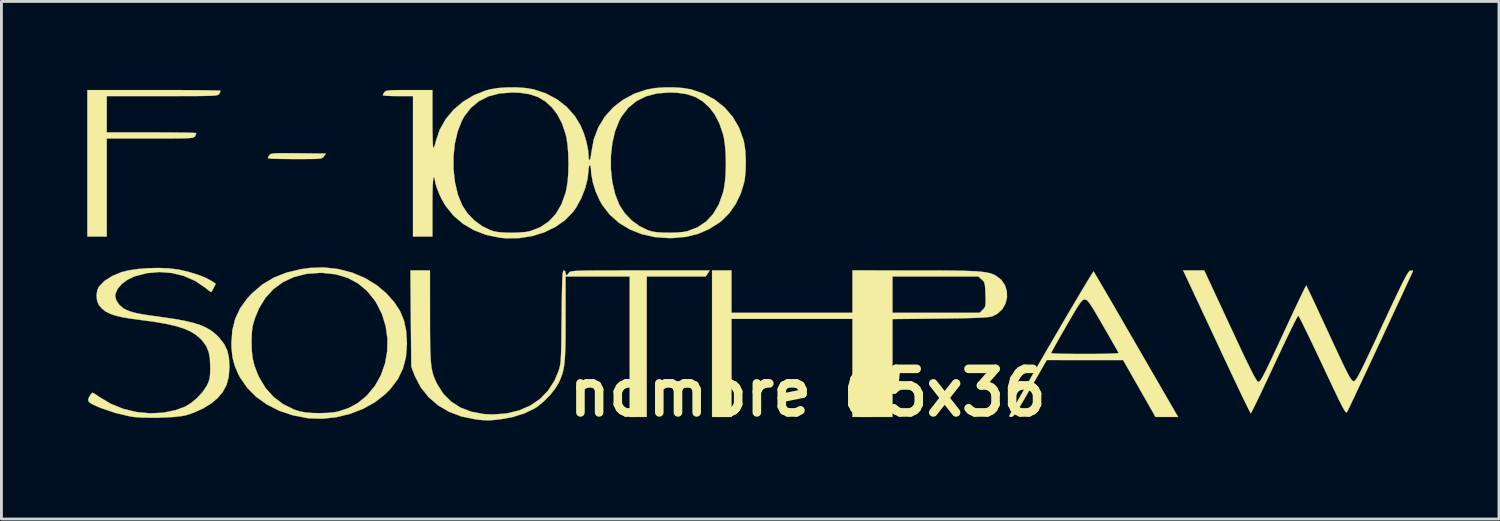
<source format=kicad_pcb>
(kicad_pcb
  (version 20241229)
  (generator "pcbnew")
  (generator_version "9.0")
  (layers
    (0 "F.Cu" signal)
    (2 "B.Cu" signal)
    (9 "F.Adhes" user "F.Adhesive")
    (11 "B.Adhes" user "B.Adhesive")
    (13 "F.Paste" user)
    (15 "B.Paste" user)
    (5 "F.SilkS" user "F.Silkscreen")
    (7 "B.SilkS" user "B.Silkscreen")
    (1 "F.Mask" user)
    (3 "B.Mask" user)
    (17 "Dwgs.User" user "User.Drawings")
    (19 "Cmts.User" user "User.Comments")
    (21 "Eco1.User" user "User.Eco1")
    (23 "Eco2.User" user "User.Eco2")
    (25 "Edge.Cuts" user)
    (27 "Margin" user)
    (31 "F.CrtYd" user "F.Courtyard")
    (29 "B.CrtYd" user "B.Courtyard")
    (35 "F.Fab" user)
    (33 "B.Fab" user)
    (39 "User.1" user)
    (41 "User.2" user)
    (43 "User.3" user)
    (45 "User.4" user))
  (footprint "nombre 65x36"
    (layer "F.Cu")
    (at 25.193 10.682)
    (property "Reference" "nombre 65x36" (at 0 0 0) (layer "F.SilkS") (effects (font (size 1.524 1.524) (thickness 0.3))))
    (attr through_hole)
    (fp_poly (pts (xy -17.961 -8.374) (xy -17.806 -8.372) (xy -16.847 -8.361) (xy -16.914 -8.266) (xy -16.938 -8.235) (xy -16.968 -8.212) (xy -17.015 -8.195) (xy -17.091 -8.183) (xy -17.206 -8.176) (xy -17.372 -8.172) (xy -17.6 -8.171) (xy -17.9 -8.17) (xy -17.931 -8.17) (xy -18.204 -8.172) (xy -18.446 -8.175) (xy -18.646 -8.181) (xy -18.791 -8.189) (xy -18.869 -8.197) (xy -18.879 -8.202) (xy -18.855 -8.258) (xy -18.821 -8.309) (xy -18.797 -8.333) (xy -18.757 -8.351) (xy -18.692 -8.364) (xy -18.591 -8.372) (xy -18.443 -8.376) (xy -18.236 -8.376) (xy -17.961 -8.374)) (stroke (width 0.01) (type solid)) (fill yes) (layer "F.SilkS"))
    (fp_poly (pts (xy -22.425 -10.583) (xy -22.016 -10.582) (xy -21.642 -10.58) (xy -21.309 -10.577) (xy -21.025 -10.574) (xy -20.799 -10.57) (xy -20.637 -10.566) (xy -20.547 -10.562) (xy -20.532 -10.559) (xy -20.549 -10.507) (xy -20.575 -10.454) (xy -20.588 -10.434) (xy -20.61 -10.418) (xy -20.647 -10.405) (xy -20.708 -10.395) (xy -20.799 -10.387) (xy -20.929 -10.381) (xy -21.103 -10.377) (xy -21.33 -10.374) (xy -21.618 -10.373) (xy -21.973 -10.372) (xy -22.402 -10.372) (xy -22.565 -10.372) (xy -24.511 -10.372) (xy -24.511 -9.102) (xy -22.945 -9.102) (xy -22.59 -9.101) (xy -22.263 -9.099) (xy -21.974 -9.096) (xy -21.732 -9.093) (xy -21.546 -9.088) (xy -21.425 -9.083) (xy -21.379 -9.078) (xy -21.378 -9.078) (xy -21.396 -9.025) (xy -21.422 -8.972) (xy -21.437 -8.95) (xy -21.461 -8.933) (xy -21.503 -8.919) (xy -21.572 -8.909) (xy -21.675 -8.901) (xy -21.822 -8.896) (xy -22.02 -8.893) (xy -22.278 -8.891) (xy -22.604 -8.89) (xy -22.988 -8.89) (xy -24.511 -8.89) (xy -24.511 -5.461) (xy -25.188 -5.461) (xy -25.188 -10.583) (xy -22.86 -10.583) (xy -22.425 -10.583)) (stroke (width 0.01) (type solid)) (fill yes) (layer "F.SilkS"))
    (fp_poly (pts (xy -2.667 -2.794) (xy 1.566 -2.794) (xy 1.566 -4.064) (xy 2.963 -4.064) (xy 2.963 -2.794) (xy 6.015 -2.794) (xy 6.123 -2.902) (xy 6.172 -2.955) (xy 6.202 -3.01) (xy 6.218 -3.087) (xy 6.222 -3.204) (xy 6.218 -3.381) (xy 6.216 -3.435) (xy 6.208 -3.63) (xy 6.197 -3.759) (xy 6.178 -3.843) (xy 6.146 -3.901) (xy 6.095 -3.951) (xy 6.083 -3.962) (xy 5.964 -4.064) (xy 2.963 -4.064) (xy 1.566 -4.064) (xy 1.566 -4.276) (xy 3.715 -4.275) (xy 4.251 -4.275) (xy 4.71 -4.273) (xy 5.099 -4.269) (xy 5.424 -4.263) (xy 5.694 -4.254) (xy 5.914 -4.243) (xy 6.092 -4.227) (xy 6.236 -4.208) (xy 6.351 -4.184) (xy 6.447 -4.155) (xy 6.529 -4.12) (xy 6.581 -4.093) (xy 6.771 -3.946) (xy 6.898 -3.758) (xy 6.964 -3.547) (xy 6.969 -3.326) (xy 6.915 -3.112) (xy 6.803 -2.918) (xy 6.635 -2.762) (xy 6.452 -2.67) (xy 6.385 -2.654) (xy 6.277 -2.64) (xy 6.123 -2.628) (xy 5.915 -2.618) (xy 5.647 -2.61) (xy 5.311 -2.603) (xy 4.902 -2.597) (xy 4.625 -2.593) (xy 2.963 -2.575) (xy 2.963 0.847) (xy 1.566 0.847) (xy 1.566 -2.582) (xy -2.667 -2.582) (xy -2.667 0.847) (xy -3.344 0.847) (xy -3.344 -4.276) (xy -2.667 -4.276) (xy -2.667 -2.794)) (stroke (width 0.01) (type solid)) (fill yes) (layer "F.SilkS"))
    (fp_poly (pts (xy -16.419 -4.325) (xy -15.933 -4.2) (xy -15.477 -4.008) (xy -15.062 -3.754) (xy -14.73 -3.472) (xy -14.457 -3.165) (xy -14.255 -2.856) (xy -14.118 -2.526) (xy -14.04 -2.16) (xy -14.014 -1.739) (xy -14.013 -1.695) (xy -14.048 -1.248) (xy -14.153 -0.844) (xy -14.332 -0.477) (xy -14.588 -0.136) (xy -14.779 0.058) (xy -15.136 0.335) (xy -15.549 0.564) (xy -16.003 0.739) (xy -16.48 0.856) (xy -16.965 0.909) (xy -17.441 0.894) (xy -17.484 0.889) (xy -18 0.791) (xy -18.477 0.631) (xy -18.907 0.414) (xy -19.284 0.145) (xy -19.601 -0.174) (xy -19.851 -0.536) (xy -19.914 -0.655) (xy -20.038 -0.95) (xy -20.113 -1.239) (xy -20.147 -1.556) (xy -20.151 -1.736) (xy -20.146 -1.799) (xy -19.447 -1.799) (xy -19.439 -1.474) (xy -19.409 -1.201) (xy -19.347 -0.95) (xy -19.25 -0.69) (xy -19.176 -0.528) (xy -18.956 -0.162) (xy -18.674 0.151) (xy -18.336 0.405) (xy -17.951 0.592) (xy -17.754 0.655) (xy -17.568 0.689) (xy -17.326 0.709) (xy -17.058 0.715) (xy -16.792 0.706) (xy -16.555 0.684) (xy -16.41 0.656) (xy -16.052 0.536) (xy -15.745 0.37) (xy -15.462 0.143) (xy -15.4 0.083) (xy -15.127 -0.247) (xy -14.92 -0.62) (xy -14.778 -1.026) (xy -14.703 -1.452) (xy -14.695 -1.889) (xy -14.756 -2.325) (xy -14.886 -2.747) (xy -15.087 -3.145) (xy -15.144 -3.234) (xy -15.416 -3.567) (xy -15.733 -3.829) (xy -16.096 -4.02) (xy -16.505 -4.14) (xy -16.961 -4.19) (xy -17.06 -4.191) (xy -17.533 -4.155) (xy -17.963 -4.047) (xy -18.346 -3.869) (xy -18.681 -3.625) (xy -18.963 -3.316) (xy -19.19 -2.943) (xy -19.33 -2.603) (xy -19.385 -2.423) (xy -19.42 -2.26) (xy -19.438 -2.084) (xy -19.446 -1.862) (xy -19.447 -1.799) (xy -20.146 -1.799) (xy -20.119 -2.18) (xy -20.02 -2.58) (xy -19.849 -2.946) (xy -19.601 -3.291) (xy -19.43 -3.476) (xy -19.077 -3.778) (xy -18.68 -4.018) (xy -18.232 -4.197) (xy -17.727 -4.319) (xy -17.429 -4.362) (xy -16.921 -4.381) (xy -16.419 -4.325)) (stroke (width 0.01) (type solid)) (fill yes) (layer "F.SilkS"))
    (fp_poly (pts (xy 10.022 -4.2) (xy 10.086 -4.092) (xy 10.185 -3.924) (xy 10.316 -3.701) (xy 10.474 -3.43) (xy 10.656 -3.118) (xy 10.858 -2.769) (xy 11.076 -2.392) (xy 11.308 -1.992) (xy 11.346 -1.926) (xy 11.583 -1.516) (xy 11.812 -1.121) (xy 12.027 -0.749) (xy 12.224 -0.408) (xy 12.4 -0.103) (xy 12.551 0.157) (xy 12.672 0.366) (xy 12.759 0.516) (xy 12.808 0.6) (xy 12.81 0.603) (xy 12.951 0.847) (xy 12.163 0.847) (xy 11.596 -0.148) (xy 11.028 -1.142) (xy 9.693 -1.142) (xy 8.359 -1.143) (xy 7.788 -0.149) (xy 7.614 0.153) (xy 7.475 0.389) (xy 7.367 0.566) (xy 7.284 0.692) (xy 7.221 0.775) (xy 7.174 0.823) (xy 7.136 0.843) (xy 7.12 0.845) (xy 7.07 0.843) (xy 7.052 0.824) (xy 7.069 0.771) (xy 7.123 0.668) (xy 7.162 0.599) (xy 7.351 0.268) (xy 7.555 -0.091) (xy 7.773 -0.47) (xy 7.999 -0.863) (xy 8.231 -1.263) (xy 8.3 -1.383) (xy 8.509 -1.383) (xy 8.55 -1.375) (xy 8.664 -1.369) (xy 8.842 -1.363) (xy 9.072 -1.359) (xy 9.345 -1.356) (xy 9.648 -1.355) (xy 9.698 -1.355) (xy 10.004 -1.356) (xy 10.281 -1.359) (xy 10.516 -1.365) (xy 10.7 -1.372) (xy 10.822 -1.38) (xy 10.872 -1.389) (xy 10.873 -1.39) (xy 10.848 -1.435) (xy 10.788 -1.543) (xy 10.696 -1.704) (xy 10.58 -1.907) (xy 10.445 -2.142) (xy 10.329 -2.343) (xy 10.164 -2.627) (xy 10.035 -2.847) (xy 9.935 -3.009) (xy 9.86 -3.123) (xy 9.802 -3.196) (xy 9.757 -3.238) (xy 9.718 -3.256) (xy 9.688 -3.259) (xy 9.65 -3.254) (xy 9.61 -3.232) (xy 9.563 -3.185) (xy 9.502 -3.104) (xy 9.423 -2.981) (xy 9.318 -2.809) (xy 9.182 -2.578) (xy 9.042 -2.335) (xy 8.897 -2.082) (xy 8.766 -1.853) (xy 8.657 -1.658) (xy 8.574 -1.508) (xy 8.523 -1.413) (xy 8.509 -1.383) (xy 8.3 -1.383) (xy 8.463 -1.663) (xy 8.693 -2.058) (xy 8.916 -2.44) (xy 9.129 -2.802) (xy 9.327 -3.139) (xy 9.507 -3.443) (xy 9.665 -3.708) (xy 9.797 -3.926) (xy 9.898 -4.093) (xy 9.966 -4.2) (xy 9.996 -4.241) (xy 9.997 -4.241) (xy 10.022 -4.2)) (stroke (width 0.01) (type solid)) (fill yes) (layer "F.SilkS"))
    (fp_poly (pts (xy -13.207 -2.678) (xy -13.207 -2.224) (xy -13.204 -1.845) (xy -13.198 -1.531) (xy -13.189 -1.274) (xy -13.175 -1.064) (xy -13.154 -0.89) (xy -13.127 -0.744) (xy -13.092 -0.616) (xy -13.047 -0.496) (xy -12.993 -0.376) (xy -12.95 -0.289) (xy -12.739 0.04) (xy -12.469 0.31) (xy -12.144 0.519) (xy -11.766 0.664) (xy -11.341 0.745) (xy -11.008 0.761) (xy -10.53 0.726) (xy -10.093 0.621) (xy -9.703 0.452) (xy -9.363 0.22) (xy -9.079 -0.072) (xy -8.853 -0.421) (xy -8.713 -0.756) (xy -8.689 -0.832) (xy -8.669 -0.907) (xy -8.653 -0.992) (xy -8.64 -1.094) (xy -8.631 -1.225) (xy -8.623 -1.392) (xy -8.617 -1.606) (xy -8.612 -1.876) (xy -8.608 -2.21) (xy -8.604 -2.62) (xy -8.603 -2.656) (xy -8.599 -3.077) (xy -8.594 -3.42) (xy -8.589 -3.693) (xy -8.582 -3.903) (xy -8.575 -4.059) (xy -8.566 -4.166) (xy -8.555 -4.233) (xy -8.541 -4.267) (xy -8.527 -4.276) (xy -8.478 -4.24) (xy -8.467 -4.191) (xy -8.453 -4.122) (xy -8.435 -4.106) (xy -8.39 -4.138) (xy -8.349 -4.191) (xy -8.336 -4.209) (xy -8.317 -4.224) (xy -8.284 -4.237) (xy -8.232 -4.247) (xy -8.154 -4.256) (xy -8.043 -4.262) (xy -7.893 -4.267) (xy -7.697 -4.271) (xy -7.448 -4.273) (xy -7.14 -4.275) (xy -6.767 -4.275) (xy -6.321 -4.276) (xy -5.862 -4.276) (xy -3.427 -4.276) (xy -3.496 -4.17) (xy -3.566 -4.064) (xy -5.63 -4.064) (xy -5.63 0.847) (xy -6.223 0.847) (xy -6.223 -4.064) (xy -8.467 -4.064) (xy -8.467 -2.593) (xy -8.468 -2.154) (xy -8.471 -1.791) (xy -8.478 -1.491) (xy -8.489 -1.246) (xy -8.505 -1.045) (xy -8.528 -0.878) (xy -8.559 -0.735) (xy -8.598 -0.606) (xy -8.646 -0.481) (xy -8.704 -0.353) (xy -8.832 -0.141) (xy -9.012 0.084) (xy -9.223 0.299) (xy -9.441 0.478) (xy -9.538 0.543) (xy -9.904 0.721) (xy -10.325 0.853) (xy -10.734 0.927) (xy -10.957 0.952) (xy -11.13 0.965) (xy -11.284 0.964) (xy -11.454 0.95) (xy -11.634 0.928) (xy -12.112 0.829) (xy -12.546 0.664) (xy -12.931 0.437) (xy -13.26 0.151) (xy -13.53 -0.189) (xy -13.735 -0.581) (xy -13.754 -0.629) (xy -13.862 -0.91) (xy -13.877 -2.593) (xy -13.891 -4.276) (xy -13.208 -4.276) (xy -13.207 -2.678)) (stroke (width 0.01) (type solid)) (fill yes) (layer "F.SilkS"))
    (fp_poly (pts (xy -22.344 -4.348) (xy -22.034 -4.312) (xy -21.966 -4.299) (xy -21.632 -4.22) (xy -21.324 -4.126) (xy -21.062 -4.023) (xy -20.865 -3.918) (xy -20.865 -3.918) (xy -20.7 -3.808) (xy -20.769 -3.671) (xy -20.819 -3.577) (xy -20.85 -3.523) (xy -20.852 -3.52) (xy -20.889 -3.536) (xy -20.971 -3.595) (xy -21.069 -3.674) (xy -21.418 -3.911) (xy -21.809 -4.082) (xy -22.23 -4.186) (xy -22.666 -4.22) (xy -23.104 -4.182) (xy -23.53 -4.071) (xy -23.561 -4.059) (xy -23.795 -3.945) (xy -23.989 -3.799) (xy -24.13 -3.632) (xy -24.205 -3.46) (xy -24.215 -3.378) (xy -24.178 -3.232) (xy -24.081 -3.084) (xy -23.945 -2.961) (xy -23.888 -2.927) (xy -23.781 -2.877) (xy -23.668 -2.835) (xy -23.535 -2.797) (xy -23.37 -2.762) (xy -23.159 -2.725) (xy -22.888 -2.685) (xy -22.606 -2.646) (xy -22.162 -2.582) (xy -21.793 -2.515) (xy -21.487 -2.444) (xy -21.233 -2.363) (xy -21.022 -2.27) (xy -20.842 -2.16) (xy -20.683 -2.029) (xy -20.574 -1.918) (xy -20.406 -1.702) (xy -20.296 -1.475) (xy -20.237 -1.215) (xy -20.22 -0.9) (xy -20.22 -0.889) (xy -20.246 -0.554) (xy -20.321 -0.272) (xy -20.455 -0.025) (xy -20.631 0.185) (xy -20.858 0.376) (xy -21.146 0.552) (xy -21.47 0.699) (xy -21.738 0.788) (xy -21.91 0.821) (xy -22.145 0.846) (xy -22.423 0.864) (xy -22.722 0.874) (xy -23.023 0.875) (xy -23.304 0.867) (xy -23.544 0.85) (xy -23.688 0.829) (xy -24.208 0.707) (xy -24.699 0.54) (xy -24.794 0.502) (xy -24.981 0.42) (xy -25.097 0.355) (xy -25.153 0.295) (xy -25.158 0.229) (xy -25.123 0.145) (xy -25.115 0.132) (xy -25.058 0.045) (xy -25.013 0.001) (xy -25.009 0.000267) (xy -24.96 0.023) (xy -24.865 0.082) (xy -24.772 0.147) (xy -24.373 0.386) (xy -23.936 0.563) (xy -23.476 0.675) (xy -23.007 0.721) (xy -22.544 0.7) (xy -22.099 0.609) (xy -21.769 0.487) (xy -21.56 0.36) (xy -21.347 0.18) (xy -21.155 -0.03) (xy -21.012 -0.243) (xy -20.995 -0.275) (xy -20.945 -0.389) (xy -20.914 -0.5) (xy -20.898 -0.634) (xy -20.892 -0.816) (xy -20.892 -0.91) (xy -20.904 -1.201) (xy -20.947 -1.432) (xy -21.028 -1.625) (xy -21.154 -1.802) (xy -21.241 -1.895) (xy -21.401 -2.031) (xy -21.594 -2.148) (xy -21.829 -2.249) (xy -22.114 -2.336) (xy -22.459 -2.413) (xy -22.872 -2.483) (xy -23.283 -2.538) (xy -23.665 -2.589) (xy -23.972 -2.641) (xy -24.217 -2.7) (xy -24.409 -2.767) (xy -24.561 -2.847) (xy -24.681 -2.944) (xy -24.78 -3.058) (xy -24.847 -3.21) (xy -24.868 -3.397) (xy -24.843 -3.581) (xy -24.78 -3.715) (xy -24.587 -3.91) (xy -24.324 -4.079) (xy -24 -4.214) (xy -23.991 -4.217) (xy -23.73 -4.281) (xy -23.41 -4.327) (xy -23.056 -4.355) (xy -22.692 -4.362) (xy -22.344 -4.348)) (stroke (width 0.01) (type solid)) (fill yes) (layer "F.SilkS"))
    (fp_poly (pts (xy 14.772 -2.328) (xy 14.982 -1.877) (xy 15.16 -1.497) (xy 15.309 -1.184) (xy 15.432 -0.931) (xy 15.531 -0.733) (xy 15.608 -0.585) (xy 15.668 -0.482) (xy 15.712 -0.417) (xy 15.743 -0.386) (xy 15.758 -0.381) (xy 15.779 -0.385) (xy 15.802 -0.4) (xy 15.831 -0.432) (xy 15.868 -0.487) (xy 15.915 -0.57) (xy 15.977 -0.688) (xy 16.056 -0.845) (xy 16.154 -1.048) (xy 16.274 -1.302) (xy 16.42 -1.614) (xy 16.594 -1.988) (xy 16.799 -2.43) (xy 16.913 -2.675) (xy 17.044 -2.955) (xy 17.163 -3.206) (xy 17.266 -3.421) (xy 17.348 -3.589) (xy 17.405 -3.7) (xy 17.433 -3.746) (xy 17.434 -3.746) (xy 17.455 -3.706) (xy 17.508 -3.596) (xy 17.589 -3.425) (xy 17.694 -3.201) (xy 17.819 -2.932) (xy 17.962 -2.626) (xy 18.118 -2.291) (xy 18.222 -2.066) (xy 18.41 -1.661) (xy 18.566 -1.328) (xy 18.693 -1.058) (xy 18.796 -0.845) (xy 18.878 -0.683) (xy 18.942 -0.565) (xy 18.991 -0.485) (xy 19.03 -0.435) (xy 19.061 -0.41) (xy 19.088 -0.402) (xy 19.09 -0.402) (xy 19.115 -0.408) (xy 19.144 -0.431) (xy 19.18 -0.476) (xy 19.227 -0.549) (xy 19.287 -0.657) (xy 19.363 -0.806) (xy 19.46 -1.002) (xy 19.579 -1.251) (xy 19.724 -1.559) (xy 19.899 -1.932) (xy 20.083 -2.328) (xy 20.29 -2.771) (xy 20.464 -3.143) (xy 20.609 -3.45) (xy 20.729 -3.697) (xy 20.825 -3.891) (xy 20.902 -4.037) (xy 20.961 -4.142) (xy 21.007 -4.212) (xy 21.042 -4.251) (xy 21.069 -4.267) (xy 21.073 -4.268) (xy 21.146 -4.271) (xy 21.167 -4.262) (xy 21.149 -4.221) (xy 21.1 -4.112) (xy 21.021 -3.942) (xy 20.918 -3.719) (xy 20.794 -3.451) (xy 20.651 -3.145) (xy 20.495 -2.81) (xy 20.329 -2.453) (xy 20.156 -2.082) (xy 19.98 -1.705) (xy 19.805 -1.33) (xy 19.634 -0.965) (xy 19.471 -0.618) (xy 19.32 -0.296) (xy 19.185 -0.007) (xy 19.068 0.24) (xy 18.975 0.438) (xy 18.907 0.58) (xy 18.87 0.657) (xy 18.866 0.664) (xy 18.852 0.684) (xy 18.834 0.688) (xy 18.809 0.67) (xy 18.774 0.623) (xy 18.726 0.542) (xy 18.661 0.419) (xy 18.576 0.25) (xy 18.469 0.027) (xy 18.335 -0.254) (xy 18.171 -0.602) (xy 18.003 -0.96) (xy 17.835 -1.316) (xy 17.677 -1.648) (xy 17.533 -1.948) (xy 17.407 -2.209) (xy 17.302 -2.421) (xy 17.223 -2.579) (xy 17.172 -2.674) (xy 17.155 -2.699) (xy 17.13 -2.664) (xy 17.073 -2.561) (xy 16.989 -2.395) (xy 16.88 -2.176) (xy 16.751 -1.91) (xy 16.606 -1.605) (xy 16.447 -1.269) (xy 16.32 -0.996) (xy 16.154 -0.641) (xy 15.999 -0.311) (xy 15.858 -0.013) (xy 15.735 0.244) (xy 15.633 0.453) (xy 15.556 0.607) (xy 15.509 0.698) (xy 15.494 0.72) (xy 15.471 0.683) (xy 15.416 0.577) (xy 15.333 0.409) (xy 15.225 0.189) (xy 15.098 -0.077) (xy 14.954 -0.38) (xy 14.797 -0.713) (xy 14.699 -0.921) (xy 14.517 -1.31) (xy 14.33 -1.711) (xy 14.143 -2.11) (xy 13.965 -2.491) (xy 13.801 -2.841) (xy 13.659 -3.145) (xy 13.544 -3.389) (xy 13.531 -3.418) (xy 13.129 -4.276) (xy 13.866 -4.276) (xy 14.772 -2.328)) (stroke (width 0.01) (type solid)) (fill yes) (layer "F.SilkS"))
    (fp_poly (pts (xy -4.366 -10.655) (xy -4.092 -10.61) (xy -4.085 -10.609) (xy -3.647 -10.463) (xy -3.253 -10.251) (xy -2.91 -9.978) (xy -2.625 -9.65) (xy -2.403 -9.274) (xy -2.251 -8.857) (xy -2.222 -8.736) (xy -2.181 -8.455) (xy -2.164 -8.129) (xy -2.169 -7.795) (xy -2.198 -7.487) (xy -2.221 -7.356) (xy -2.338 -6.97) (xy -2.514 -6.606) (xy -2.74 -6.281) (xy -3.003 -6.015) (xy -3.08 -5.956) (xy -3.45 -5.721) (xy -3.833 -5.555) (xy -4.245 -5.452) (xy -4.703 -5.409) (xy -4.847 -5.407) (xy -5.343 -5.442) (xy -5.805 -5.545) (xy -6.227 -5.714) (xy -6.603 -5.943) (xy -6.925 -6.23) (xy -7.187 -6.571) (xy -7.278 -6.73) (xy -7.413 -7.034) (xy -7.512 -7.351) (xy -7.568 -7.652) (xy -7.577 -7.8) (xy -7.587 -7.902) (xy -7.612 -7.956) (xy -7.62 -7.959) (xy -7.647 -7.921) (xy -7.662 -7.829) (xy -7.663 -7.8) (xy -7.696 -7.482) (xy -7.785 -7.138) (xy -7.921 -6.795) (xy -8.094 -6.48) (xy -8.209 -6.317) (xy -8.485 -6.034) (xy -8.822 -5.797) (xy -9.208 -5.61) (xy -9.631 -5.479) (xy -10.079 -5.407) (xy -10.538 -5.399) (xy -10.753 -5.418) (xy -11.225 -5.514) (xy -11.658 -5.677) (xy -12.046 -5.903) (xy -12.381 -6.187) (xy -12.656 -6.525) (xy -12.803 -6.777) (xy -12.889 -6.962) (xy -12.961 -7.144) (xy -13.009 -7.293) (xy -13.02 -7.344) (xy -13.045 -7.483) (xy -13.067 -7.538) (xy -13.086 -7.512) (xy -13.101 -7.404) (xy -13.112 -7.217) (xy -13.12 -6.952) (xy -13.123 -6.609) (xy -13.123 -6.498) (xy -13.123 -5.461) (xy -13.801 -5.461) (xy -13.801 -8.272) (xy -12.385 -8.272) (xy -12.385 -7.809) (xy -12.334 -7.357) (xy -12.234 -6.933) (xy -12.085 -6.56) (xy -11.903 -6.28) (xy -11.662 -6.029) (xy -11.382 -5.823) (xy -11.083 -5.678) (xy -10.938 -5.635) (xy -10.775 -5.611) (xy -10.558 -5.597) (xy -10.315 -5.594) (xy -10.075 -5.602) (xy -9.863 -5.62) (xy -9.716 -5.646) (xy -9.361 -5.781) (xy -9.059 -5.982) (xy -8.809 -6.25) (xy -8.613 -6.583) (xy -8.469 -6.982) (xy -8.437 -7.112) (xy -8.396 -7.366) (xy -8.372 -7.673) (xy -8.364 -8.008) (xy -8.372 -8.345) (xy -8.397 -8.659) (xy -8.436 -8.927) (xy -8.459 -9.024) (xy -8.588 -9.41) (xy -8.754 -9.73) (xy -8.943 -9.976) (xy -9.174 -10.187) (xy -9.429 -10.339) (xy -9.722 -10.438) (xy -10.068 -10.489) (xy -10.336 -10.498) (xy -10.772 -10.465) (xy -11.158 -10.364) (xy -11.494 -10.196) (xy -11.778 -9.962) (xy -12.009 -9.662) (xy -12.088 -9.521) (xy -12.237 -9.147) (xy -12.336 -8.724) (xy -12.385 -8.272) (xy -13.801 -8.272) (xy -13.801 -10.372) (xy -14.33 -10.372) (xy -14.53 -10.374) (xy -14.695 -10.381) (xy -14.81 -10.39) (xy -14.857 -10.402) (xy -14.858 -10.403) (xy -14.834 -10.459) (xy -14.8 -10.509) (xy -14.773 -10.535) (xy -14.727 -10.554) (xy -14.653 -10.568) (xy -14.536 -10.576) (xy -14.367 -10.581) (xy -14.133 -10.583) (xy -13.934 -10.583) (xy -13.123 -10.583) (xy -13.123 -9.567) (xy -13.122 -9.284) (xy -13.118 -9.031) (xy -13.113 -8.821) (xy -13.106 -8.663) (xy -13.097 -8.571) (xy -13.091 -8.551) (xy -13.065 -8.589) (xy -13.03 -8.687) (xy -13.002 -8.795) (xy -12.867 -9.195) (xy -12.66 -9.563) (xy -12.386 -9.892) (xy -12.055 -10.174) (xy -11.674 -10.402) (xy -11.25 -10.568) (xy -11.113 -10.606) (xy -10.844 -10.652) (xy -10.525 -10.676) (xy -10.19 -10.677) (xy -9.869 -10.655) (xy -9.595 -10.61) (xy -9.588 -10.609) (xy -9.156 -10.466) (xy -8.764 -10.257) (xy -8.423 -9.99) (xy -8.14 -9.671) (xy -7.946 -9.35) (xy -7.828 -9.069) (xy -7.736 -8.769) (xy -7.678 -8.482) (xy -7.663 -8.287) (xy -7.655 -8.17) (xy -7.636 -8.129) (xy -7.611 -8.159) (xy -7.585 -8.252) (xy -7.582 -8.272) (xy -6.882 -8.272) (xy -6.882 -7.809) (xy -6.831 -7.357) (xy -6.731 -6.933) (xy -6.582 -6.56) (xy -6.399 -6.28) (xy -6.158 -6.029) (xy -5.879 -5.823) (xy -5.579 -5.678) (xy -5.435 -5.635) (xy -5.272 -5.611) (xy -5.055 -5.597) (xy -4.812 -5.594) (xy -4.571 -5.602) (xy -4.36 -5.62) (xy -4.212 -5.646) (xy -3.858 -5.781) (xy -3.556 -5.982) (xy -3.306 -6.25) (xy -3.109 -6.583) (xy -2.966 -6.982) (xy -2.934 -7.112) (xy -2.893 -7.366) (xy -2.869 -7.673) (xy -2.861 -8.008) (xy -2.869 -8.345) (xy -2.893 -8.659) (xy -2.933 -8.927) (xy -2.955 -9.024) (xy -3.085 -9.41) (xy -3.25 -9.73) (xy -3.44 -9.976) (xy -3.67 -10.187) (xy -3.925 -10.339) (xy -4.219 -10.438) (xy -4.564 -10.489) (xy -4.833 -10.498) (xy -5.269 -10.465) (xy -5.655 -10.364) (xy -5.991 -10.196) (xy -6.275 -9.962) (xy -6.506 -9.662) (xy -6.585 -9.521) (xy -6.734 -9.147) (xy -6.833 -8.724) (xy -6.882 -8.272) (xy -7.582 -8.272) (xy -7.564 -8.403) (xy -7.562 -8.414) (xy -7.479 -8.863) (xy -7.322 -9.276) (xy -7.096 -9.648) (xy -6.805 -9.973) (xy -6.456 -10.245) (xy -6.053 -10.459) (xy -5.609 -10.606) (xy -5.34 -10.652) (xy -5.022 -10.676) (xy -4.686 -10.677) (xy -4.366 -10.655)) (stroke (width 0.01) (type solid)) (fill yes) (layer "F.SilkS")))
  (gr_rect
    (start -3 -3)
    (end 49.365 15.1)
    (stroke (width 0.1) (type default))
    (fill no)
    (layer "Edge.Cuts")))
</source>
